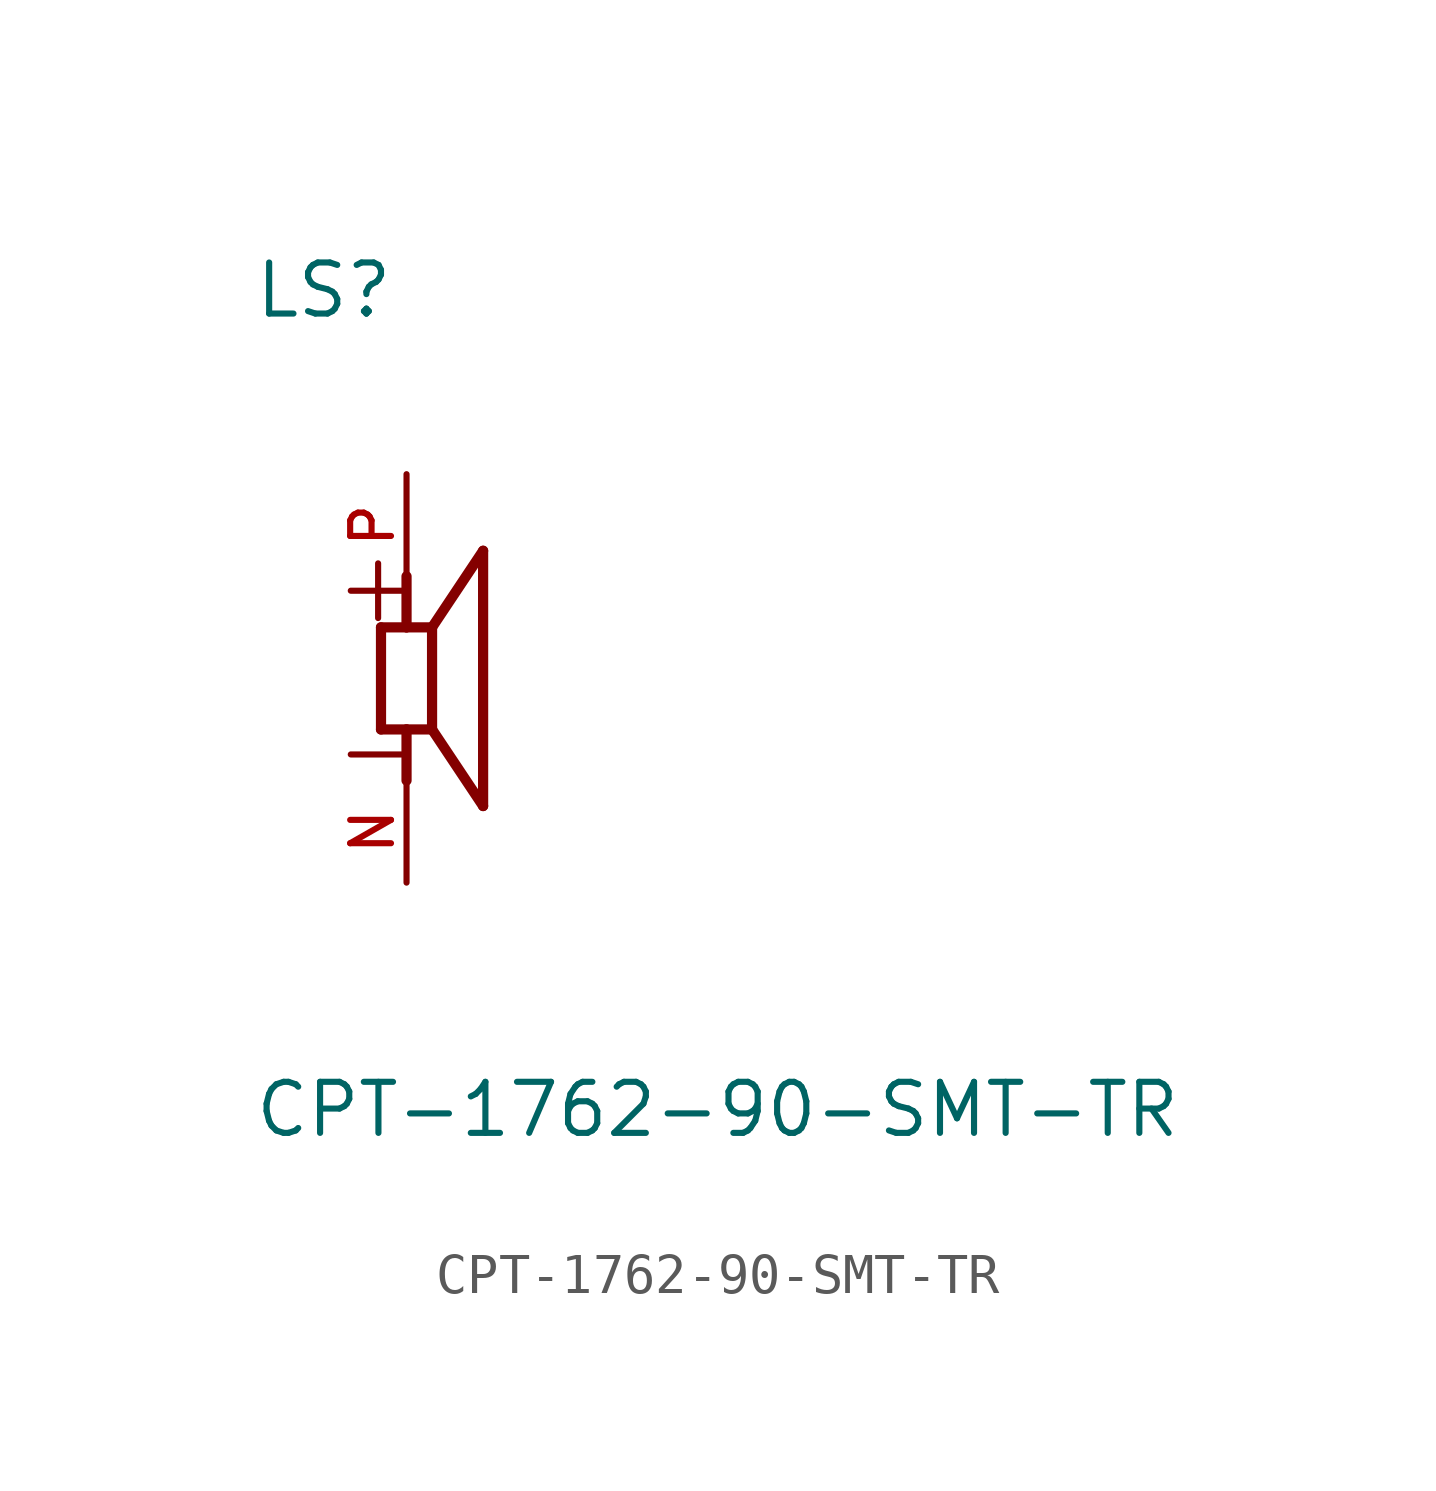
<source format=kicad_sym>
(kicad_symbol_lib
  (version 20211014)
  (generator kicad_symbol_editor)
  (symbol "CPT-1762-90-SMT-TR"
    (pin_names
      (offset 1.016))
    (property "Reference" "LS"
      (at -3.82 8.913 0)
      (effects (font (size 1.27 1.27)) (justify bottom left)))
    (property "Value" "CPT-1762-90-SMT-TR"
      (at -3.823 -11.469 0)
      (effects (font (size 1.27 1.27)) (justify bottom left)))
    (symbol "CPT-1762-90-SMT-TR_0_0"
      (polyline (pts (xy -0.635 1.27) (xy 0.0 1.27)) (stroke (width 0.254)))
      (polyline (pts (xy 0.0 1.27) (xy 0.635 1.27)) (stroke (width 0.254)))
      (polyline (pts (xy 0.635 1.27) (xy 0.635 -1.27)) (stroke (width 0.254)))
      (polyline (pts (xy 0.635 -1.27) (xy 0.0 -1.27)) (stroke (width 0.254)))
      (polyline (pts (xy 0.0 -1.27) (xy -0.635 -1.27)) (stroke (width 0.254)))
      (polyline (pts (xy -0.635 -1.27) (xy -0.635 1.27)) (stroke (width 0.254)))
      (polyline (pts (xy 0.635 1.27) (xy 1.905 3.175)) (stroke (width 0.254)))
      (polyline (pts (xy 1.905 3.175) (xy 1.905 -3.175)) (stroke (width 0.254)))
      (polyline (pts (xy 1.905 -3.175) (xy 0.635 -1.27)) (stroke (width 0.254)))
      (polyline (pts (xy 0.0 1.27) (xy 0.0 2.54)) (stroke (width 0.254)))
      (polyline (pts (xy 0.0 -1.27) (xy 0.0 -2.54)) (stroke (width 0.254)))
      (text "+" (at -1.912 1.275 0) (effects (font (size 1.785 1.785)) (justify bottom left)))
      (text "-" (at -1.912 -2.798 0) (effects (font (size 1.785 1.785)) (justify bottom left)))
      (pin passive line (at 0.0 5.08 270.0) (length 2.54) (name "~" (effects (font (size 1.016 1.016)))) (number "P" (effects (font (size 1.016 1.016)))))
      (pin passive line (at 0.0 -5.08 90.0) (length 2.54) (name "~" (effects (font (size 1.016 1.016)))) (number "N" (effects (font (size 1.016 1.016))))))))
</source>
